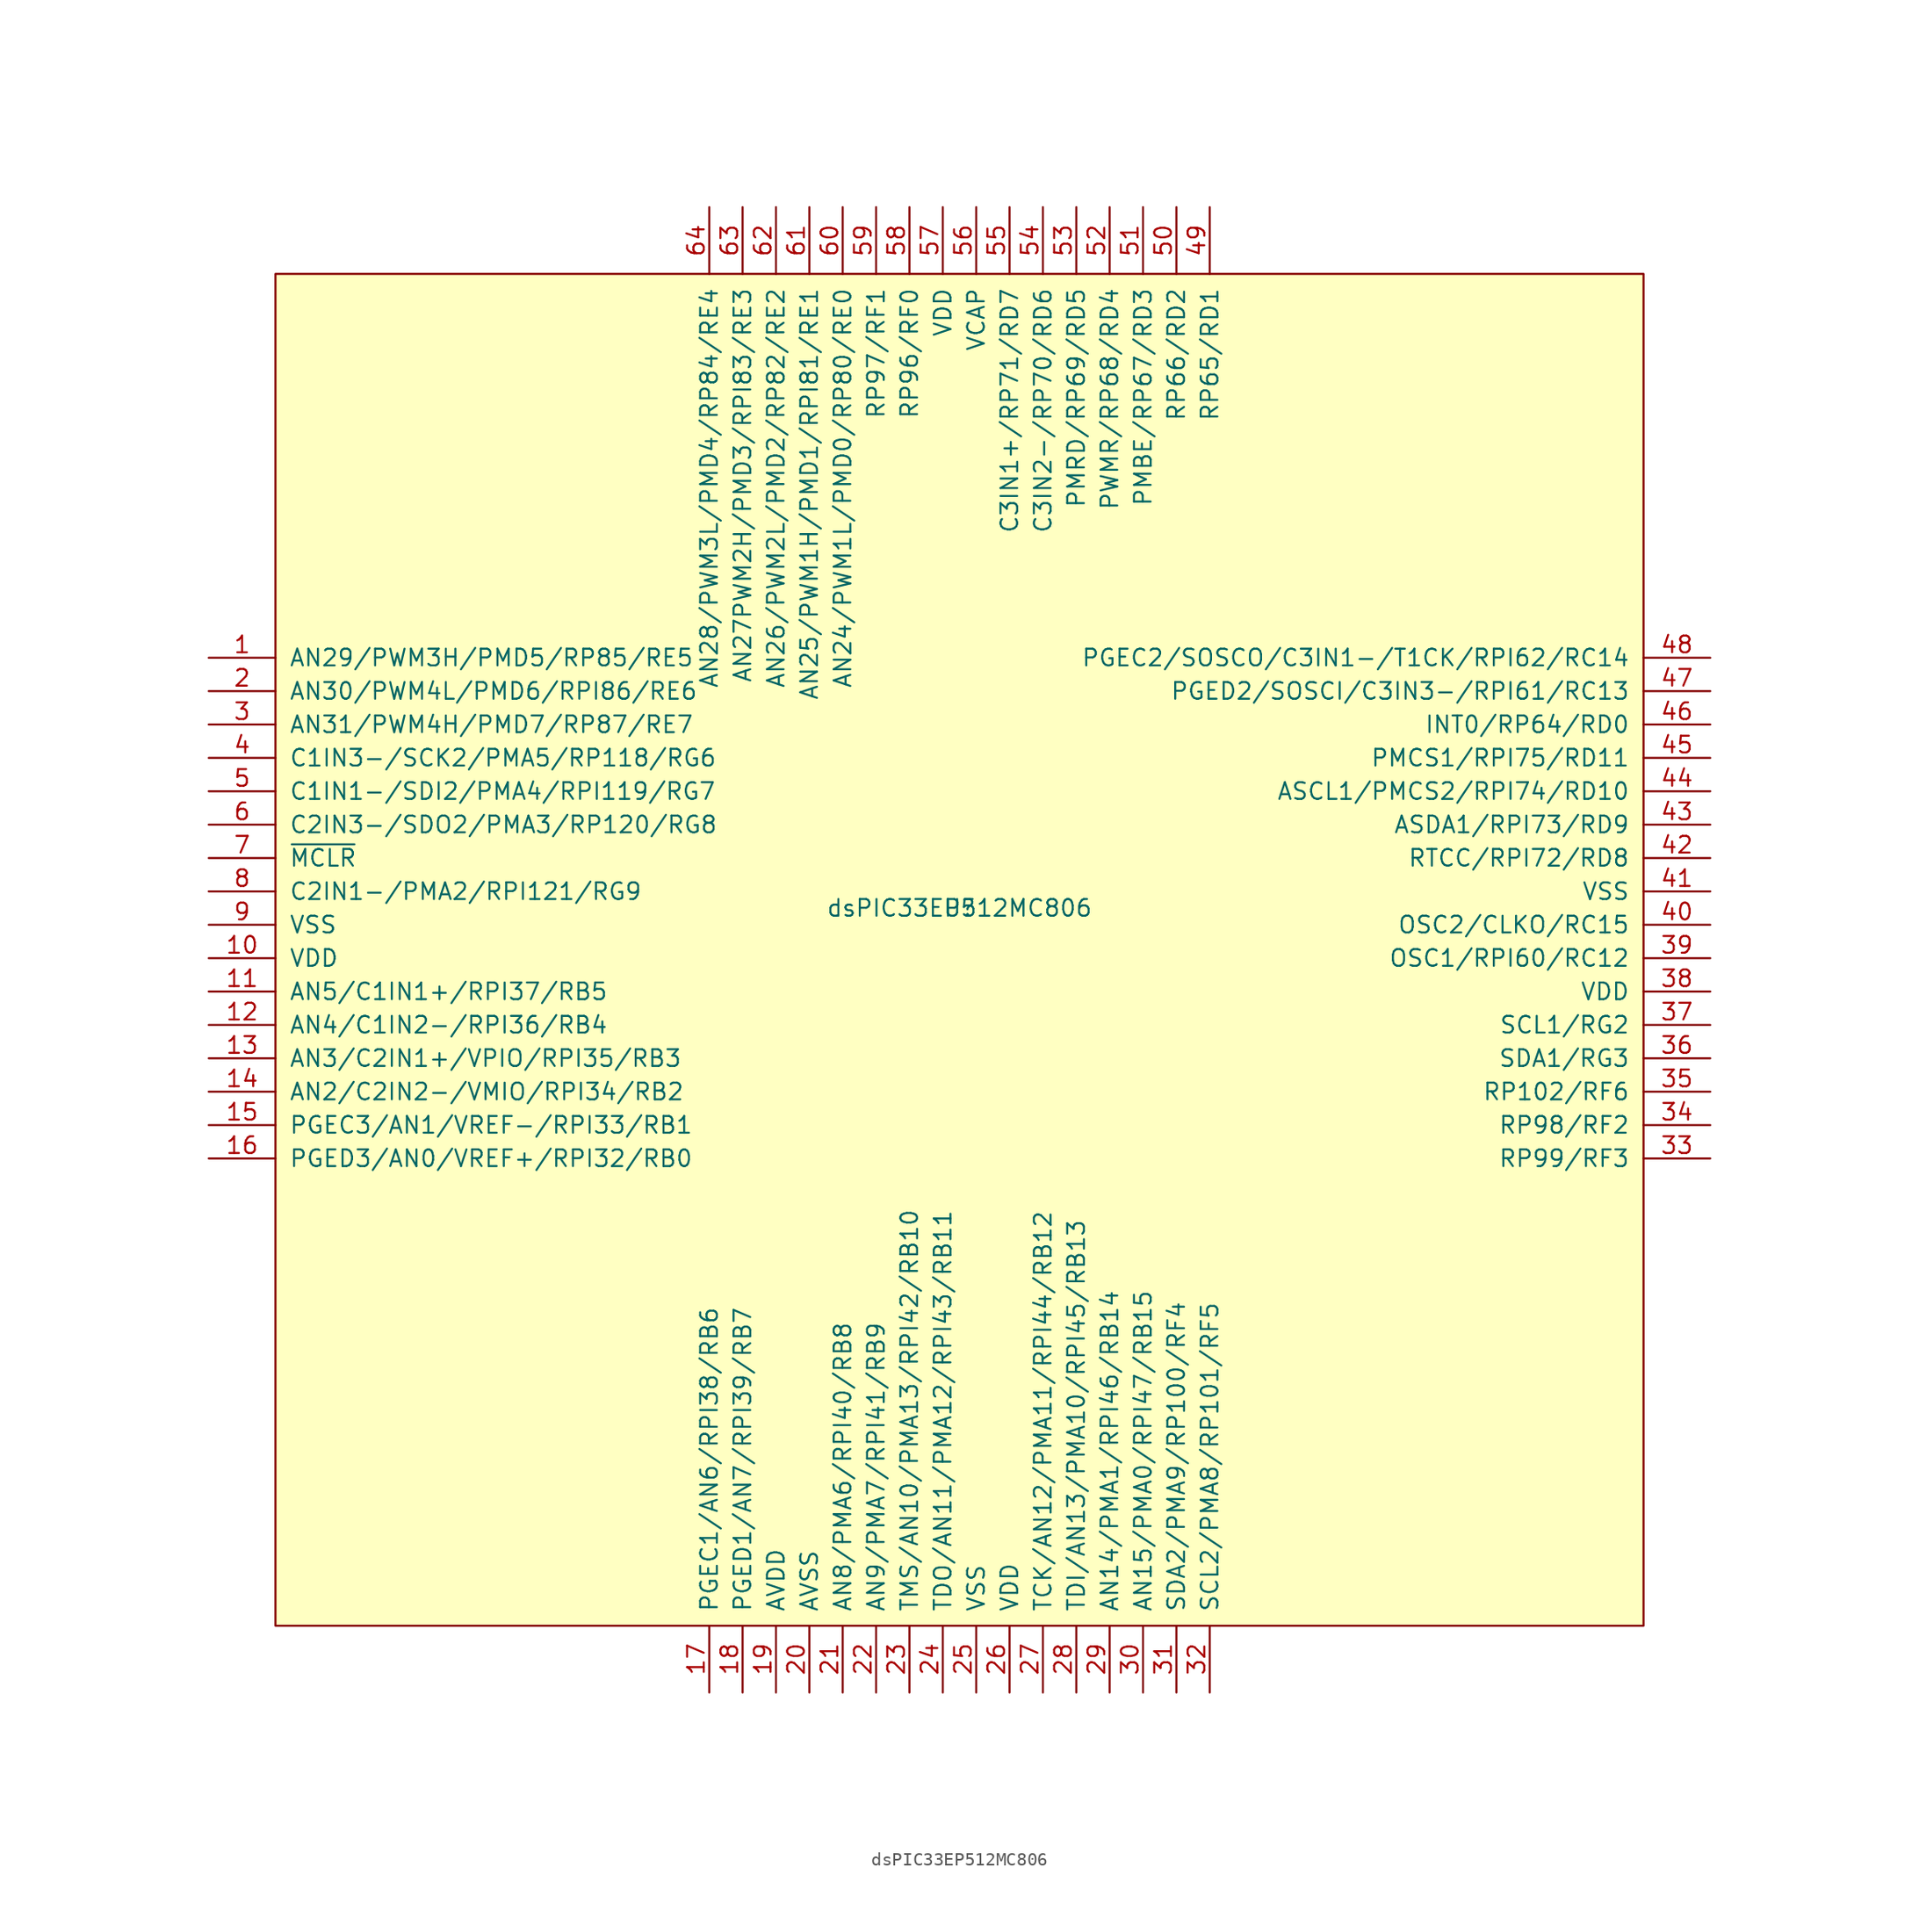
<source format=kicad_sym>
(kicad_symbol_lib
  (version 20211014)
  (generator kicad_symbol_editor)
  (symbol "dsPIC33EP512MC806"
    (pin_names
      (offset 1.016))
    (property "Reference" "U"
      (at 0 0 0)
      (effects (font (size 1.27 1.27))))
    (property "Value" "dsPIC33EP512MC806"
      (at 0 0 0)
      (effects (font (size 1.27 1.27))))
    (symbol "dsPIC33EP512MC806_0_1"
      (rectangle (start -52.07 48.26) (end 52.07 -54.61) (stroke (width 0) (type default) (color 0 0 0 0)) (fill (type background))))
    (symbol "dsPIC33EP512MC806_1_1"
      (pin bidirectional line (at -57.15 19.05 0) (length 5.08) (name "AN29/PWM3H/PMD5/RP85/RE5" (effects (font (size 1.27 1.27)))) (number "1" (effects (font (size 1.27 1.27)))))
      (pin power_in line (at -57.15 -3.81 0) (length 5.08) (name "VDD" (effects (font (size 1.27 1.27)))) (number "10" (effects (font (size 1.27 1.27)))))
      (pin bidirectional line (at -57.15 -6.35 0) (length 5.08) (name "AN5/C1IN1+/RPI37/RB5" (effects (font (size 1.27 1.27)))) (number "11" (effects (font (size 1.27 1.27)))))
      (pin bidirectional line (at -57.15 -8.89 0) (length 5.08) (name "AN4/C1IN2-/RPI36/RB4" (effects (font (size 1.27 1.27)))) (number "12" (effects (font (size 1.27 1.27)))))
      (pin bidirectional line (at -57.15 -11.43 0) (length 5.08) (name "AN3/C2IN1+/VPIO/RPI35/RB3" (effects (font (size 1.27 1.27)))) (number "13" (effects (font (size 1.27 1.27)))))
      (pin bidirectional line (at -57.15 -13.97 0) (length 5.08) (name "AN2/C2IN2-/VMIO/RPI34/RB2" (effects (font (size 1.27 1.27)))) (number "14" (effects (font (size 1.27 1.27)))))
      (pin bidirectional line (at -57.15 -16.51 0) (length 5.08) (name "PGEC3/AN1/VREF-/RPI33/RB1" (effects (font (size 1.27 1.27)))) (number "15" (effects (font (size 1.27 1.27)))))
      (pin bidirectional line (at -57.15 -19.05 0) (length 5.08) (name "PGED3/AN0/VREF+/RPI32/RB0" (effects (font (size 1.27 1.27)))) (number "16" (effects (font (size 1.27 1.27)))))
      (pin bidirectional line (at -19.05 -59.69 90) (length 5.08) (name "PGEC1/AN6/RPI38/RB6" (effects (font (size 1.27 1.27)))) (number "17" (effects (font (size 1.27 1.27)))))
      (pin bidirectional line (at -16.51 -59.69 90) (length 5.08) (name "PGED1/AN7/RPI39/RB7" (effects (font (size 1.27 1.27)))) (number "18" (effects (font (size 1.27 1.27)))))
      (pin power_in line (at -13.97 -59.69 90) (length 5.08) (name "AVDD" (effects (font (size 1.27 1.27)))) (number "19" (effects (font (size 1.27 1.27)))))
      (pin bidirectional line (at -57.15 16.51 0) (length 5.08) (name "AN30/PWM4L/PMD6/RPI86/RE6" (effects (font (size 1.27 1.27)))) (number "2" (effects (font (size 1.27 1.27)))))
      (pin power_in line (at -11.43 -59.69 90) (length 5.08) (name "AVSS" (effects (font (size 1.27 1.27)))) (number "20" (effects (font (size 1.27 1.27)))))
      (pin bidirectional line (at -8.89 -59.69 90) (length 5.08) (name "AN8/PMA6/RPI40/RB8" (effects (font (size 1.27 1.27)))) (number "21" (effects (font (size 1.27 1.27)))))
      (pin bidirectional line (at -6.35 -59.69 90) (length 5.08) (name "AN9/PMA7/RPI41/RB9" (effects (font (size 1.27 1.27)))) (number "22" (effects (font (size 1.27 1.27)))))
      (pin bidirectional line (at -3.81 -59.69 90) (length 5.08) (name "TMS/AN10/PMA13/RPI42/RB10" (effects (font (size 1.27 1.27)))) (number "23" (effects (font (size 1.27 1.27)))))
      (pin bidirectional line (at -1.27 -59.69 90) (length 5.08) (name "TDO/AN11/PMA12/RPI43/RB11" (effects (font (size 1.27 1.27)))) (number "24" (effects (font (size 1.27 1.27)))))
      (pin power_in line (at 1.27 -59.69 90) (length 5.08) (name "VSS" (effects (font (size 1.27 1.27)))) (number "25" (effects (font (size 1.27 1.27)))))
      (pin power_in line (at 3.81 -59.69 90) (length 5.08) (name "VDD" (effects (font (size 1.27 1.27)))) (number "26" (effects (font (size 1.27 1.27)))))
      (pin bidirectional line (at 6.35 -59.69 90) (length 5.08) (name "TCK/AN12/PMA11/RPI44/RB12" (effects (font (size 1.27 1.27)))) (number "27" (effects (font (size 1.27 1.27)))))
      (pin bidirectional line (at 8.89 -59.69 90) (length 5.08) (name "TDI/AN13/PMA10/RPI45/RB13" (effects (font (size 1.27 1.27)))) (number "28" (effects (font (size 1.27 1.27)))))
      (pin bidirectional line (at 11.43 -59.69 90) (length 5.08) (name "AN14/PMA1/RPI46/RB14" (effects (font (size 1.27 1.27)))) (number "29" (effects (font (size 1.27 1.27)))))
      (pin bidirectional line (at -57.15 13.97 0) (length 5.08) (name "AN31/PWM4H/PMD7/RP87/RE7" (effects (font (size 1.27 1.27)))) (number "3" (effects (font (size 1.27 1.27)))))
      (pin bidirectional line (at 13.97 -59.69 90) (length 5.08) (name "AN15/PMA0/RPI47/RB15" (effects (font (size 1.27 1.27)))) (number "30" (effects (font (size 1.27 1.27)))))
      (pin bidirectional line (at 16.51 -59.69 90) (length 5.08) (name "SDA2/PMA9/RP100/RF4" (effects (font (size 1.27 1.27)))) (number "31" (effects (font (size 1.27 1.27)))))
      (pin bidirectional line (at 19.05 -59.69 90) (length 5.08) (name "SCL2/PMA8/RP101/RF5" (effects (font (size 1.27 1.27)))) (number "32" (effects (font (size 1.27 1.27)))))
      (pin bidirectional line (at 57.15 -19.05 180) (length 5.08) (name "RP99/RF3" (effects (font (size 1.27 1.27)))) (number "33" (effects (font (size 1.27 1.27)))))
      (pin bidirectional line (at 57.15 -16.51 180) (length 5.08) (name "RP98/RF2" (effects (font (size 1.27 1.27)))) (number "34" (effects (font (size 1.27 1.27)))))
      (pin bidirectional line (at 57.15 -13.97 180) (length 5.08) (name "RP102/RF6" (effects (font (size 1.27 1.27)))) (number "35" (effects (font (size 1.27 1.27)))))
      (pin bidirectional line (at 57.15 -11.43 180) (length 5.08) (name "SDA1/RG3" (effects (font (size 1.27 1.27)))) (number "36" (effects (font (size 1.27 1.27)))))
      (pin bidirectional line (at 57.15 -8.89 180) (length 5.08) (name "SCL1/RG2" (effects (font (size 1.27 1.27)))) (number "37" (effects (font (size 1.27 1.27)))))
      (pin power_in line (at 57.15 -6.35 180) (length 5.08) (name "VDD" (effects (font (size 1.27 1.27)))) (number "38" (effects (font (size 1.27 1.27)))))
      (pin bidirectional line (at 57.15 -3.81 180) (length 5.08) (name "OSC1/RPI60/RC12" (effects (font (size 1.27 1.27)))) (number "39" (effects (font (size 1.27 1.27)))))
      (pin bidirectional line (at -57.15 11.43 0) (length 5.08) (name "C1IN3-/SCK2/PMA5/RP118/RG6" (effects (font (size 1.27 1.27)))) (number "4" (effects (font (size 1.27 1.27)))))
      (pin bidirectional line (at 57.15 -1.27 180) (length 5.08) (name "OSC2/CLKO/RC15" (effects (font (size 1.27 1.27)))) (number "40" (effects (font (size 1.27 1.27)))))
      (pin power_in line (at 57.15 1.27 180) (length 5.08) (name "VSS" (effects (font (size 1.27 1.27)))) (number "41" (effects (font (size 1.27 1.27)))))
      (pin bidirectional line (at 57.15 3.81 180) (length 5.08) (name "RTCC/RPI72/RD8" (effects (font (size 1.27 1.27)))) (number "42" (effects (font (size 1.27 1.27)))))
      (pin bidirectional line (at 57.15 6.35 180) (length 5.08) (name "ASDA1/RPI73/RD9" (effects (font (size 1.27 1.27)))) (number "43" (effects (font (size 1.27 1.27)))))
      (pin bidirectional line (at 57.15 8.89 180) (length 5.08) (name "ASCL1/PMCS2/RPI74/RD10" (effects (font (size 1.27 1.27)))) (number "44" (effects (font (size 1.27 1.27)))))
      (pin bidirectional line (at 57.15 11.43 180) (length 5.08) (name "PMCS1/RPI75/RD11" (effects (font (size 1.27 1.27)))) (number "45" (effects (font (size 1.27 1.27)))))
      (pin bidirectional line (at 57.15 13.97 180) (length 5.08) (name "INT0/RP64/RD0" (effects (font (size 1.27 1.27)))) (number "46" (effects (font (size 1.27 1.27)))))
      (pin bidirectional line (at 57.15 16.51 180) (length 5.08) (name "PGED2/SOSCI/C3IN3-/RPI61/RC13" (effects (font (size 1.27 1.27)))) (number "47" (effects (font (size 1.27 1.27)))))
      (pin bidirectional line (at 57.15 19.05 180) (length 5.08) (name "PGEC2/SOSCO/C3IN1-/T1CK/RPI62/RC14" (effects (font (size 1.27 1.27)))) (number "48" (effects (font (size 1.27 1.27)))))
      (pin bidirectional line (at 19.05 53.34 270) (length 5.08) (name "RP65/RD1" (effects (font (size 1.27 1.27)))) (number "49" (effects (font (size 1.27 1.27)))))
      (pin bidirectional line (at -57.15 8.89 0) (length 5.08) (name "C1IN1-/SDI2/PMA4/RPI119/RG7" (effects (font (size 1.27 1.27)))) (number "5" (effects (font (size 1.27 1.27)))))
      (pin bidirectional line (at 16.51 53.34 270) (length 5.08) (name "RP66/RD2" (effects (font (size 1.27 1.27)))) (number "50" (effects (font (size 1.27 1.27)))))
      (pin bidirectional line (at 13.97 53.34 270) (length 5.08) (name "PMBE/RP67/RD3" (effects (font (size 1.27 1.27)))) (number "51" (effects (font (size 1.27 1.27)))))
      (pin bidirectional line (at 11.43 53.34 270) (length 5.08) (name "PWMR/RP68/RD4" (effects (font (size 1.27 1.27)))) (number "52" (effects (font (size 1.27 1.27)))))
      (pin bidirectional line (at 8.89 53.34 270) (length 5.08) (name "PMRD/RP69/RD5" (effects (font (size 1.27 1.27)))) (number "53" (effects (font (size 1.27 1.27)))))
      (pin bidirectional line (at 6.35 53.34 270) (length 5.08) (name "C3IN2-/RP70/RD6" (effects (font (size 1.27 1.27)))) (number "54" (effects (font (size 1.27 1.27)))))
      (pin bidirectional line (at 3.81 53.34 270) (length 5.08) (name "C3IN1+/RP71/RD7" (effects (font (size 1.27 1.27)))) (number "55" (effects (font (size 1.27 1.27)))))
      (pin power_out line (at 1.27 53.34 270) (length 5.08) (name "VCAP" (effects (font (size 1.27 1.27)))) (number "56" (effects (font (size 1.27 1.27)))))
      (pin power_in line (at -1.27 53.34 270) (length 5.08) (name "VDD" (effects (font (size 1.27 1.27)))) (number "57" (effects (font (size 1.27 1.27)))))
      (pin bidirectional line (at -3.81 53.34 270) (length 5.08) (name "RP96/RF0" (effects (font (size 1.27 1.27)))) (number "58" (effects (font (size 1.27 1.27)))))
      (pin bidirectional line (at -6.35 53.34 270) (length 5.08) (name "RP97/RF1" (effects (font (size 1.27 1.27)))) (number "59" (effects (font (size 1.27 1.27)))))
      (pin bidirectional line (at -57.15 6.35 0) (length 5.08) (name "C2IN3-/SDO2/PMA3/RP120/RG8" (effects (font (size 1.27 1.27)))) (number "6" (effects (font (size 1.27 1.27)))))
      (pin bidirectional line (at -8.89 53.34 270) (length 5.08) (name "AN24/PWM1L/PMD0/RP80/RE0" (effects (font (size 1.27 1.27)))) (number "60" (effects (font (size 1.27 1.27)))))
      (pin bidirectional line (at -11.43 53.34 270) (length 5.08) (name "AN25/PWM1H/PMD1/RPI81/RE1" (effects (font (size 1.27 1.27)))) (number "61" (effects (font (size 1.27 1.27)))))
      (pin bidirectional line (at -13.97 53.34 270) (length 5.08) (name "AN26/PWM2L/PMD2/RP82/RE2" (effects (font (size 1.27 1.27)))) (number "62" (effects (font (size 1.27 1.27)))))
      (pin bidirectional line (at -16.51 53.34 270) (length 5.08) (name "AN27PWM2H/PMD3/RPI83/RE3" (effects (font (size 1.27 1.27)))) (number "63" (effects (font (size 1.27 1.27)))))
      (pin bidirectional line (at -19.05 53.34 270) (length 5.08) (name "AN28/PWM3L/PMD4/RP84/RE4" (effects (font (size 1.27 1.27)))) (number "64" (effects (font (size 1.27 1.27)))))
      (pin input line (at -57.15 3.81 0) (length 5.08) (name "~{MCLR}" (effects (font (size 1.27 1.27)))) (number "7" (effects (font (size 1.27 1.27)))))
      (pin bidirectional line (at -57.15 1.27 0) (length 5.08) (name "C2IN1-/PMA2/RPI121/RG9" (effects (font (size 1.27 1.27)))) (number "8" (effects (font (size 1.27 1.27)))))
      (pin power_in line (at -57.15 -1.27 0) (length 5.08) (name "VSS" (effects (font (size 1.27 1.27)))) (number "9" (effects (font (size 1.27 1.27))))))))
</source>
